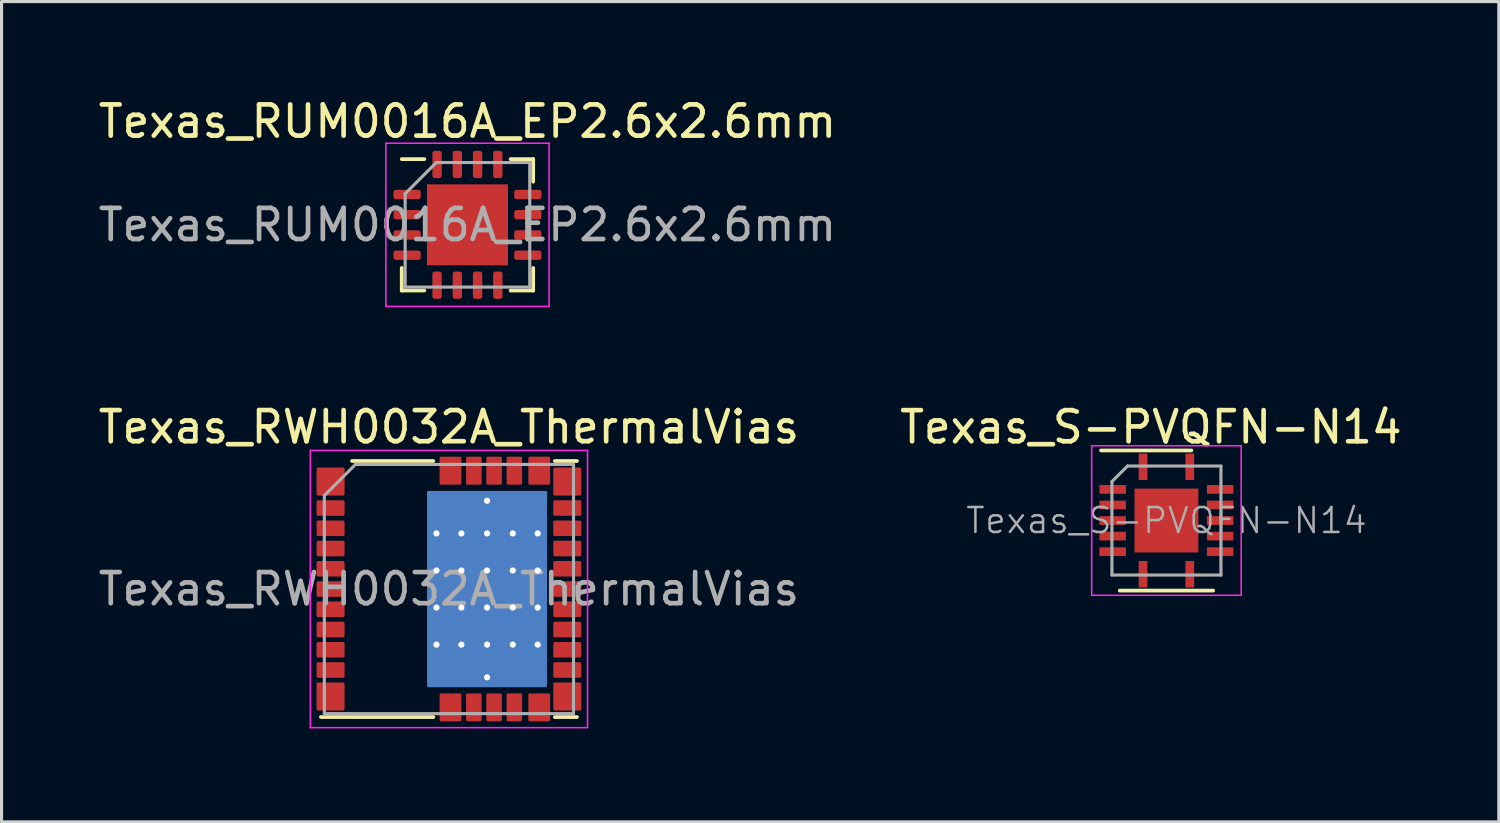
<source format=kicad_pcb>
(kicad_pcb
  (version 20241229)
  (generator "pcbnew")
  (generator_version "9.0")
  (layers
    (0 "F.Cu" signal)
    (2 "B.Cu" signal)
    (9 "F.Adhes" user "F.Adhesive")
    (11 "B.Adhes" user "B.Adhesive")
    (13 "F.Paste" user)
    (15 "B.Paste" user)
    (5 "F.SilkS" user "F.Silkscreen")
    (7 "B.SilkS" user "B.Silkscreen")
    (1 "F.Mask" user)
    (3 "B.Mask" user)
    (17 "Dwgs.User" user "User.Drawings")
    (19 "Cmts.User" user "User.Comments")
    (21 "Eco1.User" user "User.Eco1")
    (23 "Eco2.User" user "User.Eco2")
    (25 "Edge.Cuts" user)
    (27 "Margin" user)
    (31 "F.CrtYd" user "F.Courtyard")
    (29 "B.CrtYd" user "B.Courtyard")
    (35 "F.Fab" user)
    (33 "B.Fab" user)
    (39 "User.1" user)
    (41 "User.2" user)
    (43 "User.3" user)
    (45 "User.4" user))
  (footprint "Texas_RUM0016A_EP2.6x2.6mm"
    (layer "F.Cu")
    (at 11.958 4.168)
    (property "Reference" "Texas_RUM0016A_EP2.6x2.6mm" (at 0 -3.32 0) (layer "F.SilkS") (effects (font (size 1 1) (thickness 0.15))))
    (attr smd)
    (fp_line (start -2.11 2.11) (end -2.11 1.385) (stroke (width 0.12) (type solid)) (layer "F.SilkS"))
    (fp_line (start -1.385 -2.11) (end -2.11 -2.11) (stroke (width 0.12) (type solid)) (layer "F.SilkS"))
    (fp_line (start -1.385 2.11) (end -2.11 2.11) (stroke (width 0.12) (type solid)) (layer "F.SilkS"))
    (fp_line (start 1.385 -2.11) (end 2.11 -2.11) (stroke (width 0.12) (type solid)) (layer "F.SilkS"))
    (fp_line (start 1.385 2.11) (end 2.11 2.11) (stroke (width 0.12) (type solid)) (layer "F.SilkS"))
    (fp_line (start 2.11 -2.11) (end 2.11 -1.385) (stroke (width 0.12) (type solid)) (layer "F.SilkS"))
    (fp_line (start 2.11 2.11) (end 2.11 1.385) (stroke (width 0.12) (type solid)) (layer "F.SilkS"))
    (fp_line (start -2.62 -2.62) (end -2.62 2.62) (stroke (width 0.05) (type solid)) (layer "F.CrtYd"))
    (fp_line (start -2.62 2.62) (end 2.62 2.62) (stroke (width 0.05) (type solid)) (layer "F.CrtYd"))
    (fp_line (start 2.62 -2.62) (end -2.62 -2.62) (stroke (width 0.05) (type solid)) (layer "F.CrtYd"))
    (fp_line (start 2.62 2.62) (end 2.62 -2.62) (stroke (width 0.05) (type solid)) (layer "F.CrtYd"))
    (fp_line (start -2 -1) (end -1 -2) (stroke (width 0.1) (type solid)) (layer "F.Fab"))
    (fp_line (start -2 2) (end -2 -1) (stroke (width 0.1) (type solid)) (layer "F.Fab"))
    (fp_line (start -1 -2) (end 2 -2) (stroke (width 0.1) (type solid)) (layer "F.Fab"))
    (fp_line (start 2 -2) (end 2 2) (stroke (width 0.1) (type solid)) (layer "F.Fab"))
    (fp_line (start 2 2) (end -2 2) (stroke (width 0.1) (type solid)) (layer "F.Fab"))
    (fp_text user "${REFERENCE}" (at 0 0 0) (layer "F.Fab") (effects (font (size 1 1) (thickness 0.15))))
    (pad "" smd roundrect (at -0.65 -0.65) (size 1.05 1.05) (layers "F.Paste") (roundrect_rratio 0.238))
    (pad "" smd roundrect (at -0.65 0.65) (size 1.05 1.05) (layers "F.Paste") (roundrect_rratio 0.238))
    (pad "" smd roundrect (at 0.65 -0.65) (size 1.05 1.05) (layers "F.Paste") (roundrect_rratio 0.238))
    (pad "" smd roundrect (at 0.65 0.65) (size 1.05 1.05) (layers "F.Paste") (roundrect_rratio 0.238))
    (pad "1" smd roundrect (at -1.938 -0.975) (size 0.875 0.3) (layers "F.Cu" "F.Mask" "F.Paste") (roundrect_rratio 0.25))
    (pad "2" smd roundrect (at -1.938 -0.325) (size 0.875 0.3) (layers "F.Cu" "F.Mask" "F.Paste") (roundrect_rratio 0.25))
    (pad "3" smd roundrect (at -1.938 0.325) (size 0.875 0.3) (layers "F.Cu" "F.Mask" "F.Paste") (roundrect_rratio 0.25))
    (pad "4" smd roundrect (at -1.938 0.975) (size 0.875 0.3) (layers "F.Cu" "F.Mask" "F.Paste") (roundrect_rratio 0.25))
    (pad "5" smd roundrect (at -0.975 1.938) (size 0.3 0.875) (layers "F.Cu" "F.Mask" "F.Paste") (roundrect_rratio 0.25))
    (pad "6" smd roundrect (at -0.325 1.938) (size 0.3 0.875) (layers "F.Cu" "F.Mask" "F.Paste") (roundrect_rratio 0.25))
    (pad "7" smd roundrect (at 0.325 1.938) (size 0.3 0.875) (layers "F.Cu" "F.Mask" "F.Paste") (roundrect_rratio 0.25))
    (pad "8" smd roundrect (at 0.975 1.938) (size 0.3 0.875) (layers "F.Cu" "F.Mask" "F.Paste") (roundrect_rratio 0.25))
    (pad "9" smd roundrect (at 1.938 0.975) (size 0.875 0.3) (layers "F.Cu" "F.Mask" "F.Paste") (roundrect_rratio 0.25))
    (pad "10" smd roundrect (at 1.938 0.325) (size 0.875 0.3) (layers "F.Cu" "F.Mask" "F.Paste") (roundrect_rratio 0.25))
    (pad "11" smd roundrect (at 1.938 -0.325) (size 0.875 0.3) (layers "F.Cu" "F.Mask" "F.Paste") (roundrect_rratio 0.25))
    (pad "12" smd roundrect (at 1.938 -0.975) (size 0.875 0.3) (layers "F.Cu" "F.Mask" "F.Paste") (roundrect_rratio 0.25))
    (pad "13" smd roundrect (at 0.975 -1.938) (size 0.3 0.875) (layers "F.Cu" "F.Mask" "F.Paste") (roundrect_rratio 0.25))
    (pad "14" smd roundrect (at 0.325 -1.938) (size 0.3 0.875) (layers "F.Cu" "F.Mask" "F.Paste") (roundrect_rratio 0.25))
    (pad "15" smd roundrect (at -0.325 -1.938) (size 0.3 0.875) (layers "F.Cu" "F.Mask" "F.Paste") (roundrect_rratio 0.25))
    (pad "16" smd roundrect (at -0.975 -1.938) (size 0.3 0.875) (layers "F.Cu" "F.Mask" "F.Paste") (roundrect_rratio 0.25))
    (pad "17" smd rect (at 0 0) (size 2.6 2.6) (layers "F.Cu" "F.Mask")))
  (footprint "Texas_RWH0032A_ThermalVias"
    (layer "F.Cu")
    (at 11.363 15.861)
    (property "Reference" "Texas_RWH0032A_ThermalVias" (at 0 -5.2 0) (layer "F.SilkS") (effects (font (size 1 1) (thickness 0.15))))
    (attr smd)
    (fp_line (start -3.11 -4.11) (end -0.5 -4.11) (stroke (width 0.12) (type solid)) (layer "F.SilkS"))
    (fp_line (start -0.5 4.11) (end -4.11 4.11) (stroke (width 0.12) (type solid)) (layer "F.SilkS"))
    (fp_line (start 3.4 -4.11) (end 4.11 -4.11) (stroke (width 0.12) (type solid)) (layer "F.SilkS"))
    (fp_line (start 4.11 4.11) (end 3.4 4.11) (stroke (width 0.12) (type solid)) (layer "F.SilkS"))
    (fp_line (start -4.45 -4.45) (end 4.45 -4.45) (stroke (width 0.05) (type solid)) (layer "F.CrtYd"))
    (fp_line (start -4.45 4.45) (end -4.45 -4.45) (stroke (width 0.05) (type solid)) (layer "F.CrtYd"))
    (fp_line (start 4.45 -4.45) (end 4.45 4.45) (stroke (width 0.05) (type solid)) (layer "F.CrtYd"))
    (fp_line (start 4.45 4.45) (end -4.45 4.45) (stroke (width 0.05) (type solid)) (layer "F.CrtYd"))
    (fp_line (start -4 4) (end -4 -3) (stroke (width 0.1) (type solid)) (layer "F.Fab"))
    (fp_line (start -3 -4) (end -4 -3) (stroke (width 0.1) (type solid)) (layer "F.Fab"))
    (fp_line (start -3 -4) (end 4 -4) (stroke (width 0.1) (type solid)) (layer "F.Fab"))
    (fp_line (start 4 -4) (end 4 4) (stroke (width 0.1) (type solid)) (layer "F.Fab"))
    (fp_line (start 4 4) (end -4 4) (stroke (width 0.1) (type solid)) (layer "F.Fab"))
    (fp_text user "${REFERENCE}" (at 0 0 0) (layer "F.Fab") (effects (font (size 1 1) (thickness 0.15))))
    (pad "" smd roundrect (at -3.8 -2.6) (size 0.76 0.4) (layers "F.Paste") (roundrect_rratio 0.125))
    (pad "" smd roundrect (at -3.8 -1.95) (size 0.76 0.4) (layers "F.Paste") (roundrect_rratio 0.125))
    (pad "" smd roundrect (at -3.8 -1.3) (size 0.76 0.4) (layers "F.Paste") (roundrect_rratio 0.125))
    (pad "" smd roundrect (at -3.8 -0.65) (size 0.76 0.4) (layers "F.Paste") (roundrect_rratio 0.125))
    (pad "" smd roundrect (at -3.8 0) (size 0.76 0.4) (layers "F.Paste") (roundrect_rratio 0.125))
    (pad "" smd roundrect (at -3.8 0.65) (size 0.76 0.4) (layers "F.Paste") (roundrect_rratio 0.125))
    (pad "" smd roundrect (at -3.8 1.3) (size 0.76 0.4) (layers "F.Paste") (roundrect_rratio 0.125))
    (pad "" smd roundrect (at -3.8 1.95) (size 0.76 0.4) (layers "F.Paste") (roundrect_rratio 0.125))
    (pad "" smd roundrect (at -3.8 2.6) (size 0.76 0.4) (layers "F.Paste") (roundrect_rratio 0.125))
    (pad "" smd roundrect (at 0.05 -3.8) (size 0.6 0.76) (layers "F.Paste") (roundrect_rratio 0.084))
    (pad "" smd roundrect (at 0.05 3.8) (size 0.6 0.76) (layers "F.Paste") (roundrect_rratio 0.084))
    (pad "" smd roundrect (at 0.325 -2.38) (size 1.6 0.99) (layers "F.Paste") (roundrect_rratio 0.051))
    (pad "" smd roundrect (at 0.325 -1.19) (size 1.6 0.99) (layers "F.Paste") (roundrect_rratio 0.051))
    (pad "" smd roundrect (at 0.325 0) (size 1.6 0.99) (layers "F.Paste") (roundrect_rratio 0.051))
    (pad "" smd roundrect (at 0.325 1.19) (size 1.6 0.99) (layers "F.Paste") (roundrect_rratio 0.051))
    (pad "" smd roundrect (at 0.325 2.38) (size 1.6 0.99) (layers "F.Paste") (roundrect_rratio 0.051))
    (pad "" smd roundrect (at 0.8 -3.8) (size 0.4 0.76) (layers "F.Paste") (roundrect_rratio 0.125))
    (pad "" smd roundrect (at 0.8 3.8) (size 0.4 0.76) (layers "F.Paste") (roundrect_rratio 0.125))
    (pad "" smd roundrect (at 1.45 -3.8) (size 0.4 0.76) (layers "F.Paste") (roundrect_rratio 0.125))
    (pad "" smd roundrect (at 1.45 3.8) (size 0.4 0.76) (layers "F.Paste") (roundrect_rratio 0.125))
    (pad "" smd roundrect (at 2.1 -3.8) (size 0.4 0.76) (layers "F.Paste") (roundrect_rratio 0.125))
    (pad "" smd roundrect (at 2.1 3.8) (size 0.4 0.76) (layers "F.Paste") (roundrect_rratio 0.125))
    (pad "" smd roundrect (at 2.125 -2.38) (size 1.6 0.99) (layers "F.Paste") (roundrect_rratio 0.051))
    (pad "" smd roundrect (at 2.125 -1.19) (size 1.6 0.99) (layers "F.Paste") (roundrect_rratio 0.051))
    (pad "" smd roundrect (at 2.125 0) (size 1.6 0.99) (layers "F.Paste") (roundrect_rratio 0.051))
    (pad "" smd roundrect (at 2.125 1.19) (size 1.6 0.99) (layers "F.Paste") (roundrect_rratio 0.051))
    (pad "" smd roundrect (at 2.125 2.38) (size 1.6 0.99) (layers "F.Paste") (roundrect_rratio 0.051))
    (pad "" smd roundrect (at 2.9 -3.8) (size 0.6 0.76) (layers "F.Paste") (roundrect_rratio 0.084))
    (pad "" smd roundrect (at 2.9 3.8) (size 0.6 0.76) (layers "F.Paste") (roundrect_rratio 0.084))
    (pad "" smd roundrect (at 3.8 -2.6) (size 0.76 0.4) (layers "F.Paste") (roundrect_rratio 0.125))
    (pad "" smd roundrect (at 3.8 -1.95) (size 0.76 0.4) (layers "F.Paste") (roundrect_rratio 0.125))
    (pad "" smd roundrect (at 3.8 -1.3) (size 0.76 0.4) (layers "F.Paste") (roundrect_rratio 0.125))
    (pad "" smd roundrect (at 3.8 -0.65) (size 0.76 0.4) (layers "F.Paste") (roundrect_rratio 0.125))
    (pad "" smd roundrect (at 3.8 0) (size 0.76 0.4) (layers "F.Paste") (roundrect_rratio 0.125))
    (pad "" smd roundrect (at 3.8 0.65) (size 0.76 0.4) (layers "F.Paste") (roundrect_rratio 0.125))
    (pad "" smd roundrect (at 3.8 1.3) (size 0.76 0.4) (layers "F.Paste") (roundrect_rratio 0.125))
    (pad "" smd roundrect (at 3.8 1.95) (size 0.76 0.4) (layers "F.Paste") (roundrect_rratio 0.125))
    (pad "" smd roundrect (at 3.8 2.6) (size 0.76 0.4) (layers "F.Paste") (roundrect_rratio 0.125))
    (pad "1" smd roundrect (at -3.8 -3.45) (size 0.9 0.9) (layers "F.Cu" "F.Mask" "F.Paste") (roundrect_rratio 0.055))
    (pad "2" smd roundrect (at -3.8 -2.6) (size 0.9 0.5) (layers "F.Cu" "F.Mask") (roundrect_rratio 0.1))
    (pad "3" smd roundrect (at -3.8 -1.95) (size 0.9 0.5) (layers "F.Cu" "F.Mask") (roundrect_rratio 0.1))
    (pad "4" smd roundrect (at -3.8 -1.3) (size 0.9 0.5) (layers "F.Cu" "F.Mask") (roundrect_rratio 0.1))
    (pad "5" smd roundrect (at -3.8 -0.65) (size 0.9 0.5) (layers "F.Cu" "F.Mask") (roundrect_rratio 0.1))
    (pad "6" smd roundrect (at -3.8 0) (size 0.9 0.5) (layers "F.Cu" "F.Mask") (roundrect_rratio 0.1))
    (pad "7" smd roundrect (at -3.8 0.65) (size 0.9 0.5) (layers "F.Cu" "F.Mask") (roundrect_rratio 0.1))
    (pad "8" smd roundrect (at -3.8 1.3) (size 0.9 0.5) (layers "F.Cu" "F.Mask") (roundrect_rratio 0.1))
    (pad "9" smd roundrect (at -3.8 1.95) (size 0.9 0.5) (layers "F.Cu" "F.Mask") (roundrect_rratio 0.1))
    (pad "10" smd roundrect (at -3.8 2.6) (size 0.9 0.5) (layers "F.Cu" "F.Mask") (roundrect_rratio 0.1))
    (pad "11" smd roundrect (at -3.8 3.45) (size 0.9 0.9) (layers "F.Cu" "F.Mask" "F.Paste") (roundrect_rratio 0.055))
    (pad "12" smd roundrect (at 0.05 3.8) (size 0.7 0.9) (layers "F.Cu" "F.Mask") (roundrect_rratio 0.072))
    (pad "13" smd roundrect (at 0.8 3.8) (size 0.5 0.9) (layers "F.Cu" "F.Mask") (roundrect_rratio 0.1))
    (pad "14" smd roundrect (at 1.45 3.8) (size 0.5 0.9) (layers "F.Cu" "F.Mask") (roundrect_rratio 0.1))
    (pad "15" smd roundrect (at 2.1 3.8) (size 0.5 0.9) (layers "F.Cu" "F.Mask") (roundrect_rratio 0.1))
    (pad "16" smd roundrect (at 2.9 3.8) (size 0.7 0.9) (layers "F.Cu" "F.Mask") (roundrect_rratio 0.072))
    (pad "17" smd roundrect (at 3.8 3.45) (size 0.9 0.9) (layers "F.Cu" "F.Mask" "F.Paste") (roundrect_rratio 0.055))
    (pad "18" smd roundrect (at 3.8 2.6) (size 0.9 0.5) (layers "F.Cu" "F.Mask") (roundrect_rratio 0.1))
    (pad "19" smd roundrect (at 3.8 1.95) (size 0.9 0.5) (layers "F.Cu" "F.Mask") (roundrect_rratio 0.1))
    (pad "20" smd roundrect (at 3.8 1.3) (size 0.9 0.5) (layers "F.Cu" "F.Mask") (roundrect_rratio 0.1))
    (pad "21" smd roundrect (at 3.8 0.65) (size 0.9 0.5) (layers "F.Cu" "F.Mask") (roundrect_rratio 0.1))
    (pad "22" smd roundrect (at 3.8 0) (size 0.9 0.5) (layers "F.Cu" "F.Mask") (roundrect_rratio 0.1))
    (pad "23" smd roundrect (at 3.8 -0.65) (size 0.9 0.5) (layers "F.Cu" "F.Mask") (roundrect_rratio 0.1))
    (pad "24" smd roundrect (at 3.8 -1.3) (size 0.9 0.5) (layers "F.Cu" "F.Mask") (roundrect_rratio 0.1))
    (pad "25" smd roundrect (at 3.8 -1.95) (size 0.9 0.5) (layers "F.Cu" "F.Mask") (roundrect_rratio 0.1))
    (pad "26" smd roundrect (at 3.8 -2.6) (size 0.9 0.5) (layers "F.Cu" "F.Mask") (roundrect_rratio 0.1))
    (pad "27" smd roundrect (at 3.8 -3.45) (size 0.9 0.9) (layers "F.Cu" "F.Mask" "F.Paste") (roundrect_rratio 0.055))
    (pad "28" smd roundrect (at 2.9 -3.8) (size 0.7 0.9) (layers "F.Cu" "F.Mask") (roundrect_rratio 0.072))
    (pad "29" smd roundrect (at 2.1 -3.8) (size 0.5 0.9) (layers "F.Cu" "F.Mask") (roundrect_rratio 0.1))
    (pad "30" smd roundrect (at 1.45 -3.8) (size 0.5 0.9) (layers "F.Cu" "F.Mask") (roundrect_rratio 0.1))
    (pad "31" smd roundrect (at 0.8 -3.8) (size 0.5 0.9) (layers "F.Cu" "F.Mask") (roundrect_rratio 0.1))
    (pad "32" smd roundrect (at 0.05 -3.8) (size 0.7 0.9) (layers "F.Cu" "F.Mask") (roundrect_rratio 0.072))
    (pad "33" thru_hole circle (at -0.4 -1.785) (size 0.5 0.5) (drill 0.2) (layers "*.Cu"))
    (pad "33" thru_hole circle (at -0.4 -0.595) (size 0.5 0.5) (drill 0.2) (layers "*.Cu"))
    (pad "33" thru_hole circle (at -0.4 0.595) (size 0.5 0.5) (drill 0.2) (layers "*.Cu"))
    (pad "33" thru_hole circle (at -0.4 1.785) (size 0.5 0.5) (drill 0.2) (layers "*.Cu"))
    (pad "33" thru_hole circle (at 0.4 -1.785) (size 0.5 0.5) (drill 0.2) (layers "*.Cu"))
    (pad "33" thru_hole circle (at 0.4 -0.595) (size 0.5 0.5) (drill 0.2) (layers "*.Cu"))
    (pad "33" thru_hole circle (at 0.4 0.595) (size 0.5 0.5) (drill 0.2) (layers "*.Cu"))
    (pad "33" thru_hole circle (at 0.4 1.785) (size 0.5 0.5) (drill 0.2) (layers "*.Cu"))
    (pad "33" thru_hole circle (at 1.225 -2.835) (size 0.5 0.5) (drill 0.2) (layers "*.Cu"))
    (pad "33" thru_hole circle (at 1.225 -1.785) (size 0.5 0.5) (drill 0.2) (layers "*.Cu"))
    (pad "33" thru_hole circle (at 1.225 -0.595) (size 0.5 0.5) (drill 0.2) (layers "*.Cu"))
    (pad "33" smd roundrect (at 1.225 0) (size 3.85 6.3) (layers "F.Cu" "F.Mask") (roundrect_rratio 0.013))
    (pad "33" smd roundrect (at 1.225 0) (size 3.85 6.3) (layers "B.Cu") (roundrect_rratio 0.013))
    (pad "33" thru_hole circle (at 1.225 0.595) (size 0.5 0.5) (drill 0.2) (layers "*.Cu"))
    (pad "33" thru_hole circle (at 1.225 1.785) (size 0.5 0.5) (drill 0.2) (layers "*.Cu"))
    (pad "33" thru_hole circle (at 1.225 2.835) (size 0.5 0.5) (drill 0.2) (layers "*.Cu"))
    (pad "33" thru_hole circle (at 2.05 -1.785) (size 0.5 0.5) (drill 0.2) (layers "*.Cu"))
    (pad "33" thru_hole circle (at 2.05 -0.595) (size 0.5 0.5) (drill 0.2) (layers "*.Cu"))
    (pad "33" thru_hole circle (at 2.05 0.595) (size 0.5 0.5) (drill 0.2) (layers "*.Cu"))
    (pad "33" thru_hole circle (at 2.05 1.785) (size 0.5 0.5) (drill 0.2) (layers "*.Cu"))
    (pad "33" thru_hole circle (at 2.85 -1.785) (size 0.5 0.5) (drill 0.2) (layers "*.Cu"))
    (pad "33" thru_hole circle (at 2.85 -0.595) (size 0.5 0.5) (drill 0.2) (layers "*.Cu"))
    (pad "33" thru_hole circle (at 2.85 0.595) (size 0.5 0.5) (drill 0.2) (layers "*.Cu"))
    (pad "33" thru_hole circle (at 2.85 1.785) (size 0.5 0.5) (drill 0.2) (layers "*.Cu")))
  (footprint "Texas_S-PVQFN-N14"
    (layer "F.Cu")
    (at 34.399 13.662)
    (property "Reference" "Texas_S-PVQFN-N14" (at -0.5 -3 0) (layer "F.SilkS") (effects (font (size 1 1) (thickness 0.15))))
    (attr smd)
    (fp_line (start -1.5 2.25) (end 1.5 2.25) (stroke (width 0.12) (type solid)) (layer "F.SilkS"))
    (fp_line (start 0.8 -2.25) (end -2.1 -2.25) (stroke (width 0.12) (type solid)) (layer "F.SilkS"))
    (fp_line (start -2.4 -2.4) (end 2.4 -2.4) (stroke (width 0.05) (type solid)) (layer "F.CrtYd"))
    (fp_line (start -2.4 2.4) (end -2.4 -2.4) (stroke (width 0.05) (type solid)) (layer "F.CrtYd"))
    (fp_line (start 2.4 -2.4) (end 2.4 2.4) (stroke (width 0.05) (type solid)) (layer "F.CrtYd"))
    (fp_line (start 2.4 2.4) (end -2.4 2.4) (stroke (width 0.05) (type solid)) (layer "F.CrtYd"))
    (fp_line (start -1.75 1.75) (end -1.75 -1.25) (stroke (width 0.1) (type solid)) (layer "F.Fab"))
    (fp_line (start -1.25 -1.75) (end -1.75 -1.25) (stroke (width 0.1) (type solid)) (layer "F.Fab"))
    (fp_line (start -1.25 -1.75) (end 1.75 -1.75) (stroke (width 0.1) (type solid)) (layer "F.Fab"))
    (fp_line (start 1.75 -1.75) (end 1.75 1.75) (stroke (width 0.1) (type solid)) (layer "F.Fab"))
    (fp_line (start 1.75 1.75) (end -1.75 1.75) (stroke (width 0.1) (type solid)) (layer "F.Fab"))
    (fp_text user "${REFERENCE}" (at 0 0 0) (layer "F.Fab") (effects (font (size 0.8 0.8) (thickness 0.08))))
    (pad "" smd rect (at -0.56 -0.56 270) (size 0.82 0.82) (layers "F.Paste"))
    (pad "" smd rect (at -0.56 0.56 270) (size 0.82 0.82) (layers "F.Paste"))
    (pad "" smd rect (at 0.56 -0.56 270) (size 0.82 0.82) (layers "F.Paste"))
    (pad "" smd rect (at 0.56 0.56 270) (size 0.82 0.82) (layers "F.Paste"))
    (pad "1" smd rect (at -0.75 -1.725 270) (size 0.85 0.28) (layers "F.Cu" "F.Mask" "F.Paste"))
    (pad "2" smd rect (at -1.725 -1 270) (size 0.28 0.85) (layers "F.Cu" "F.Mask" "F.Paste"))
    (pad "3" smd rect (at -1.725 -0.5 270) (size 0.28 0.85) (layers "F.Cu" "F.Mask" "F.Paste"))
    (pad "4" smd rect (at -1.725 0 270) (size 0.28 0.85) (layers "F.Cu" "F.Mask" "F.Paste"))
    (pad "5" smd rect (at -1.725 0.5 270) (size 0.28 0.85) (layers "F.Cu" "F.Mask" "F.Paste"))
    (pad "6" smd rect (at -1.725 1 270) (size 0.28 0.85) (layers "F.Cu" "F.Mask" "F.Paste"))
    (pad "7" smd rect (at -0.75 1.725 270) (size 0.85 0.28) (layers "F.Cu" "F.Mask" "F.Paste"))
    (pad "8" smd rect (at 0.75 1.725 270) (size 0.85 0.28) (layers "F.Cu" "F.Mask" "F.Paste"))
    (pad "9" smd rect (at 1.725 1 270) (size 0.28 0.85) (layers "F.Cu" "F.Mask" "F.Paste"))
    (pad "10" smd rect (at 1.725 0.5 270) (size 0.28 0.85) (layers "F.Cu" "F.Mask" "F.Paste"))
    (pad "11" smd rect (at 1.725 0 270) (size 0.28 0.85) (layers "F.Cu" "F.Mask" "F.Paste"))
    (pad "12" smd rect (at 1.725 -0.5 270) (size 0.28 0.85) (layers "F.Cu" "F.Mask" "F.Paste"))
    (pad "13" smd rect (at 1.725 -1 270) (size 0.28 0.85) (layers "F.Cu" "F.Mask" "F.Paste"))
    (pad "14" smd rect (at 0.75 -1.725 270) (size 0.85 0.28) (layers "F.Cu" "F.Mask" "F.Paste"))
    (pad "15" smd rect (at 0 0 270) (size 2.05 2.05) (layers "F.Cu" "F.Mask")))
  (gr_rect
    (start -3 -3)
    (end 45.071 23.337)
    (stroke (width 0.1) (type default))
    (fill no)
    (layer "Edge.Cuts")))
</source>
